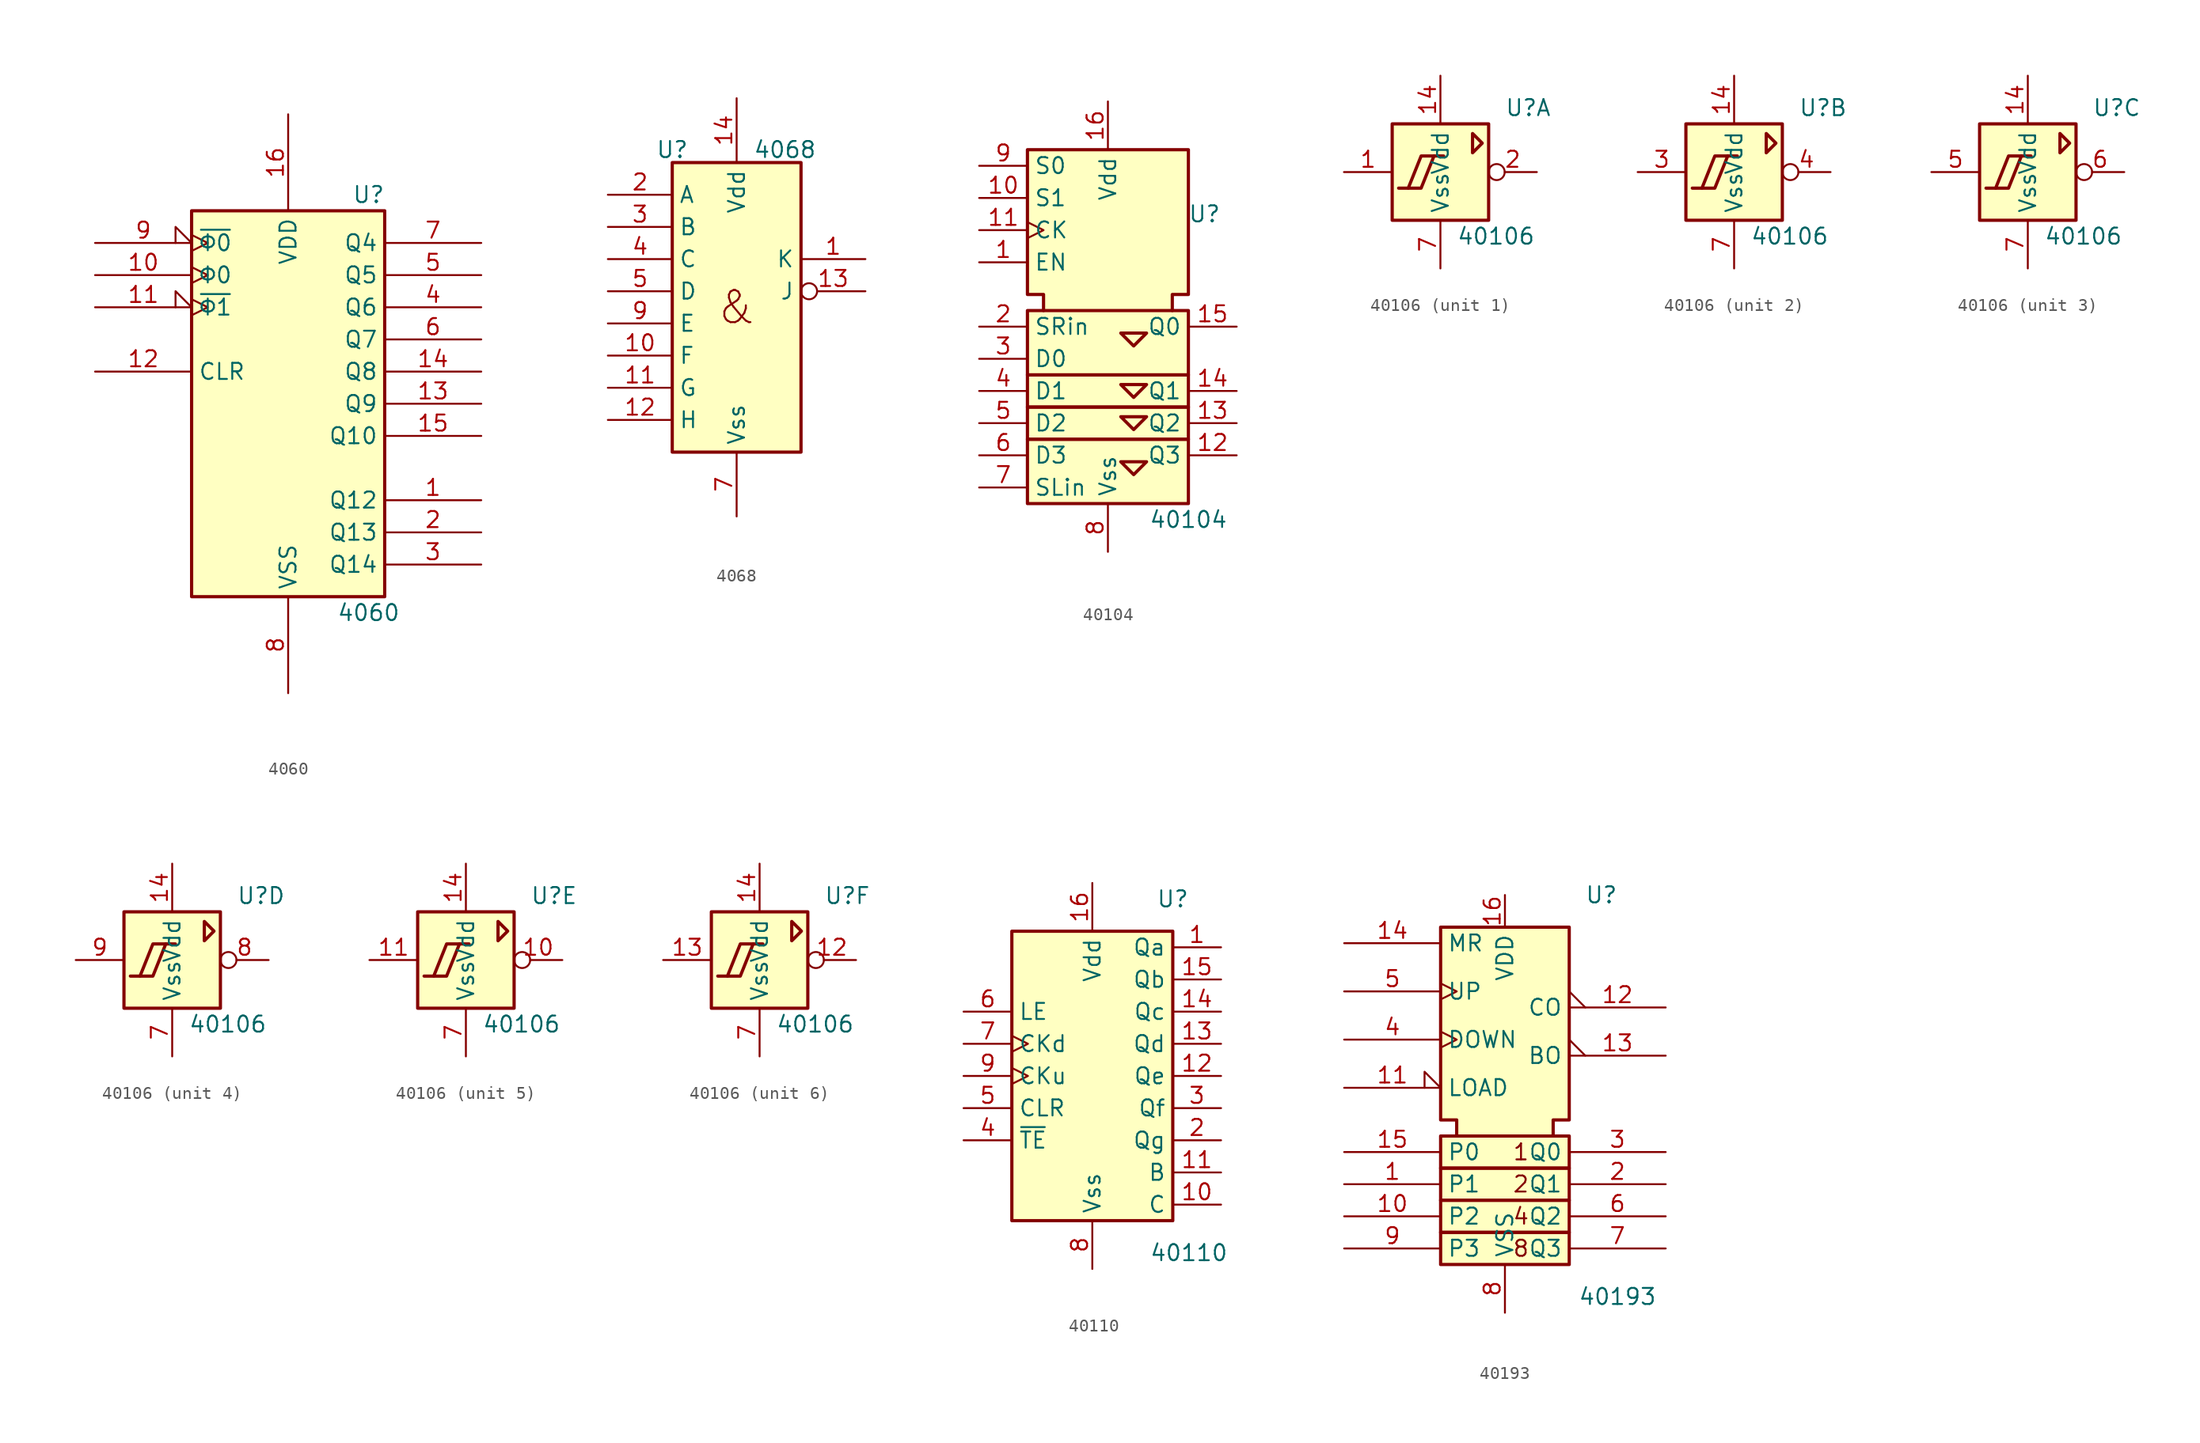
<source format=kicad_sym>
(kicad_symbol_lib
  (version 20241209)
  (generator "kicad_symbol_editor")
  (generator_version "9.0")
  (symbol "4060"
    (property "Reference" "U"
      (at 6.35 16.51 0)
      (effects (font (size 1.27 1.27))))
    (property "Value" "4060"
      (at 6.35 -16.51 0)
      (effects (font (size 1.27 1.27))))
    (symbol "4060_1_0"
      (pin input clock_low (at -15.24 12.7 0) (length 7.62) (name "~{Φ0}" (effects (font (size 1.27 1.27)))) (number "9" (effects (font (size 1.27 1.27)))))
      (pin input clock (at -15.24 10.16 0) (length 7.62) (name "Φ0" (effects (font (size 1.27 1.27)))) (number "10" (effects (font (size 1.27 1.27)))))
      (pin input clock_low (at -15.24 7.62 0) (length 7.62) (name "~{Φ1}" (effects (font (size 1.27 1.27)))) (number "11" (effects (font (size 1.27 1.27)))))
      (pin input line (at -15.24 2.54 0) (length 7.62) (name "CLR" (effects (font (size 1.27 1.27)))) (number "12" (effects (font (size 1.27 1.27)))))
      (pin power_in line (at 0 22.86 270) (length 7.62) (name "VDD" (effects (font (size 1.27 1.27)))) (number "16" (effects (font (size 1.27 1.27)))))
      (pin power_in line (at 0 -22.86 90) (length 7.62) (name "VSS" (effects (font (size 1.27 1.27)))) (number "8" (effects (font (size 1.27 1.27)))))
      (pin output line (at 15.24 12.7 180) (length 7.62) (name "Q4" (effects (font (size 1.27 1.27)))) (number "7" (effects (font (size 1.27 1.27)))))
      (pin output line (at 15.24 10.16 180) (length 7.62) (name "Q5" (effects (font (size 1.27 1.27)))) (number "5" (effects (font (size 1.27 1.27)))))
      (pin output line (at 15.24 7.62 180) (length 7.62) (name "Q6" (effects (font (size 1.27 1.27)))) (number "4" (effects (font (size 1.27 1.27)))))
      (pin output line (at 15.24 5.08 180) (length 7.62) (name "Q7" (effects (font (size 1.27 1.27)))) (number "6" (effects (font (size 1.27 1.27)))))
      (pin output line (at 15.24 2.54 180) (length 7.62) (name "Q8" (effects (font (size 1.27 1.27)))) (number "14" (effects (font (size 1.27 1.27)))))
      (pin output line (at 15.24 0 180) (length 7.62) (name "Q9" (effects (font (size 1.27 1.27)))) (number "13" (effects (font (size 1.27 1.27)))))
      (pin output line (at 15.24 -2.54 180) (length 7.62) (name "Q10" (effects (font (size 1.27 1.27)))) (number "15" (effects (font (size 1.27 1.27)))))
      (pin output line (at 15.24 -7.62 180) (length 7.62) (name "Q12" (effects (font (size 1.27 1.27)))) (number "1" (effects (font (size 1.27 1.27)))))
      (pin output line (at 15.24 -10.16 180) (length 7.62) (name "Q13" (effects (font (size 1.27 1.27)))) (number "2" (effects (font (size 1.27 1.27)))))
      (pin output line (at 15.24 -12.7 180) (length 7.62) (name "Q14" (effects (font (size 1.27 1.27)))) (number "3" (effects (font (size 1.27 1.27))))))
    (symbol "4060_1_1"
      (rectangle (start -7.62 15.24) (end 7.62 -15.24) (stroke (width 0.254) (type default)) (fill (type background)))))
  (symbol "4068"
    (property "Reference" "U"
      (at -5.08 11.176 0)
      (effects (font (size 1.27 1.27))))
    (property "Value" "4068"
      (at 3.81 11.176 0)
      (effects (font (size 1.27 1.27))))
    (symbol "4068_0_0"
      (rectangle (start -5.08 10.16) (end 5.08 -12.7) (stroke (width 0.254) (type default)) (fill (type background)))
      (text "&" (at 0 -1.27 0) (effects (font (size 2.54 2.54)))))
    (symbol "4068_0_1"
      (pin power_in line (at 0 15.24 270) (length 5.08) (name "Vdd" (effects (font (size 1.27 1.27)))) (number "14" (effects (font (size 1.27 1.27)))))
      (pin power_in line (at 0 -17.78 90) (length 5.08) (name "Vss" (effects (font (size 1.27 1.27)))) (number "7" (effects (font (size 1.27 1.27))))))
    (symbol "4068_1_1"
      (pin input line (at -10.16 7.62 0) (length 5.08) (name "A" (effects (font (size 1.27 1.27)))) (number "2" (effects (font (size 1.27 1.27)))))
      (pin input line (at -10.16 5.08 0) (length 5.08) (name "B" (effects (font (size 1.27 1.27)))) (number "3" (effects (font (size 1.27 1.27)))))
      (pin input line (at -10.16 2.54 0) (length 5.08) (name "C" (effects (font (size 1.27 1.27)))) (number "4" (effects (font (size 1.27 1.27)))))
      (pin input line (at -10.16 0 0) (length 5.08) (name "D" (effects (font (size 1.27 1.27)))) (number "5" (effects (font (size 1.27 1.27)))))
      (pin input line (at -10.16 -2.54 0) (length 5.08) (name "E" (effects (font (size 1.27 1.27)))) (number "9" (effects (font (size 1.27 1.27)))))
      (pin input line (at -10.16 -5.08 0) (length 5.08) (name "F" (effects (font (size 1.27 1.27)))) (number "10" (effects (font (size 1.27 1.27)))))
      (pin input line (at -10.16 -7.62 0) (length 5.08) (name "G" (effects (font (size 1.27 1.27)))) (number "11" (effects (font (size 1.27 1.27)))))
      (pin input line (at -10.16 -10.16 0) (length 5.08) (name "H" (effects (font (size 1.27 1.27)))) (number "12" (effects (font (size 1.27 1.27)))))
      (pin no_connect line (at 5.08 -5.08 180) (length 5.08) (hide yes) (name "NC" (effects (font (size 1.27 1.27)))) (number "8" (effects (font (size 1.27 1.27)))))
      (pin no_connect line (at 5.08 -7.62 180) (length 5.08) (hide yes) (name "NC" (effects (font (size 1.27 1.27)))) (number "6" (effects (font (size 1.27 1.27)))))
      (pin output line (at 10.16 2.54 180) (length 5.08) (name "K" (effects (font (size 1.27 1.27)))) (number "1" (effects (font (size 1.27 1.27)))))
      (pin output inverted (at 10.16 0 180) (length 5.08) (name "J" (effects (font (size 1.27 1.27)))) (number "13" (effects (font (size 1.27 1.27)))))))
  (symbol "40104"
    (property "Reference" "U"
      (at 7.62 8.89 0)
      (effects (font (size 1.27 1.27))))
    (property "Value" "40104"
      (at 6.35 -15.24 0)
      (effects (font (size 1.27 1.27))))
    (symbol "40104_0_0"
      (rectangle (start -6.35 -6.35) (end 6.35 -8.89) (stroke (width 0.254) (type default)) (fill (type background)))
      (rectangle (start -6.35 -8.89) (end 6.35 -13.97) (stroke (width 0.254) (type default)) (fill (type background))))
    (symbol "40104_0_1"
      (rectangle (start -6.35 1.27) (end 6.35 -3.81) (stroke (width 0.254) (type default)) (fill (type background)))
      (rectangle (start -6.35 -3.81) (end 6.35 -6.35) (stroke (width 0.254) (type default)) (fill (type background)))
      (polyline (pts (xy -5.08 1.27) (xy -5.08 2.54) (xy -6.35 2.54) (xy -6.35 13.97) (xy 6.35 13.97) (xy 6.35 2.54) (xy 5.08 2.54) (xy 5.08 1.27) (xy 5.08 1.27)) (stroke (width 0.254) (type default)) (fill (type background)))
      (polyline (pts (xy 1.016 -0.508) (xy 2.032 -1.524) (xy 3.048 -0.508) (xy 1.016 -0.508) (xy 1.016 -0.508)) (stroke (width 0.254) (type default)) (fill (type background)))
      (polyline (pts (xy 1.016 -4.572) (xy 2.032 -5.588) (xy 3.048 -4.572) (xy 1.016 -4.572) (xy 1.016 -4.572)) (stroke (width 0.254) (type default)) (fill (type background)))
      (polyline (pts (xy 1.016 -7.112) (xy 2.032 -8.128) (xy 3.048 -7.112) (xy 1.016 -7.112) (xy 1.016 -7.112)) (stroke (width 0.254) (type default)) (fill (type background)))
      (polyline (pts (xy 1.016 -10.668) (xy 3.048 -10.668) (xy 2.032 -11.684) (xy 1.016 -10.668) (xy 1.016 -10.668)) (stroke (width 0.254) (type default)) (fill (type background))))
    (symbol "40104_1_1"
      (pin input line (at -10.16 12.7 0) (length 3.81) (name "S0" (effects (font (size 1.27 1.27)))) (number "9" (effects (font (size 1.27 1.27)))))
      (pin input line (at -10.16 10.16 0) (length 3.81) (name "S1" (effects (font (size 1.27 1.27)))) (number "10" (effects (font (size 1.27 1.27)))))
      (pin input clock (at -10.16 7.62 0) (length 3.81) (name "CK" (effects (font (size 1.27 1.27)))) (number "11" (effects (font (size 1.27 1.27)))))
      (pin input line (at -10.16 5.08 0) (length 3.81) (name "EN" (effects (font (size 1.27 1.27)))) (number "1" (effects (font (size 1.27 1.27)))))
      (pin input line (at -10.16 0 0) (length 3.81) (name "SRin" (effects (font (size 1.27 1.27)))) (number "2" (effects (font (size 1.27 1.27)))))
      (pin input line (at -10.16 -2.54 0) (length 3.81) (name "D0" (effects (font (size 1.27 1.27)))) (number "3" (effects (font (size 1.27 1.27)))))
      (pin input line (at -10.16 -5.08 0) (length 3.81) (name "D1" (effects (font (size 1.27 1.27)))) (number "4" (effects (font (size 1.27 1.27)))))
      (pin input line (at -10.16 -7.62 0) (length 3.81) (name "D2" (effects (font (size 1.27 1.27)))) (number "5" (effects (font (size 1.27 1.27)))))
      (pin input line (at -10.16 -10.16 0) (length 3.81) (name "D3" (effects (font (size 1.27 1.27)))) (number "6" (effects (font (size 1.27 1.27)))))
      (pin input line (at -10.16 -12.7 0) (length 3.81) (name "SLin" (effects (font (size 1.27 1.27)))) (number "7" (effects (font (size 1.27 1.27)))))
      (pin power_in line (at 0 17.78 270) (length 3.81) (name "Vdd" (effects (font (size 1.27 1.27)))) (number "16" (effects (font (size 1.27 1.27)))))
      (pin power_in line (at 0 -17.78 90) (length 3.81) (name "Vss" (effects (font (size 1.27 1.27)))) (number "8" (effects (font (size 1.27 1.27)))))
      (pin output line (at 10.16 0 180) (length 3.81) (name "Q0" (effects (font (size 1.27 1.27)))) (number "15" (effects (font (size 1.27 1.27)))))
      (pin output line (at 10.16 -5.08 180) (length 3.81) (name "Q1" (effects (font (size 1.27 1.27)))) (number "14" (effects (font (size 1.27 1.27)))))
      (pin output line (at 10.16 -7.62 180) (length 3.81) (name "Q2" (effects (font (size 1.27 1.27)))) (number "13" (effects (font (size 1.27 1.27)))))
      (pin output line (at 10.16 -10.16 180) (length 3.81) (name "Q3" (effects (font (size 1.27 1.27)))) (number "12" (effects (font (size 1.27 1.27)))))))
  (symbol "40106"
    (property "Reference" "U"
      (at 5.08 5.08 0)
      (effects (font (size 1.27 1.27)) (justify left)))
    (property "Value" "40106"
      (at 1.27 -5.08 0)
      (effects (font (size 1.27 1.27)) (justify left)))
    (symbol "40106_0_0"
      (rectangle (start -3.81 3.81) (end 3.81 -3.81) (stroke (width 0.254) (type default)) (fill (type background)))
      (polyline (pts (xy -0.508 1.27) (xy -1.524 -1.27) (xy -2.54 -1.27) (xy -2.54 -1.27)) (stroke (width 0.254) (type default)) (fill (type background)))
      (polyline (pts (xy 0.254 1.27) (xy -1.524 1.27) (xy -2.54 -1.27) (xy -3.302 -1.27) (xy -3.302 -1.27)) (stroke (width 0.254) (type default)) (fill (type background)))
      (polyline (pts (xy 2.54 3.048) (xy 2.54 1.524) (xy 3.302 2.286) (xy 2.54 3.048) (xy 2.54 3.048)) (stroke (width 0.254) (type default)) (fill (type background))))
    (symbol "40106_0_1"
      (pin power_in line (at 0 7.62 270) (length 3.81) (name "Vdd" (effects (font (size 1.27 1.27)))) (number "14" (effects (font (size 1.27 1.27)))))
      (pin power_in line (at 0 -7.62 90) (length 3.81) (name "Vss" (effects (font (size 1.27 1.27)))) (number "7" (effects (font (size 1.27 1.27))))))
    (symbol "40106_1_1"
      (pin input line (at -7.62 0 0) (length 3.81) (name "~" (effects (font (size 1.27 1.27)))) (number "1" (effects (font (size 1.27 1.27)))))
      (pin output inverted (at 7.62 0 180) (length 3.81) (name "~" (effects (font (size 1.27 1.27)))) (number "2" (effects (font (size 1.27 1.27))))))
    (symbol "40106_2_1"
      (pin input line (at -7.62 0 0) (length 3.81) (name "~" (effects (font (size 1.27 1.27)))) (number "3" (effects (font (size 1.27 1.27)))))
      (pin output inverted (at 7.62 0 180) (length 3.81) (name "~" (effects (font (size 1.27 1.27)))) (number "4" (effects (font (size 1.27 1.27))))))
    (symbol "40106_3_1"
      (pin input line (at -7.62 0 0) (length 3.81) (name "~" (effects (font (size 1.27 1.27)))) (number "5" (effects (font (size 1.27 1.27)))))
      (pin output inverted (at 7.62 0 180) (length 3.81) (name "~" (effects (font (size 1.27 1.27)))) (number "6" (effects (font (size 1.27 1.27))))))
    (symbol "40106_4_1"
      (pin input line (at -7.62 0 0) (length 3.81) (name "~" (effects (font (size 1.27 1.27)))) (number "9" (effects (font (size 1.27 1.27)))))
      (pin output inverted (at 7.62 0 180) (length 3.81) (name "~" (effects (font (size 1.27 1.27)))) (number "8" (effects (font (size 1.27 1.27))))))
    (symbol "40106_5_1"
      (pin input line (at -7.62 0 0) (length 3.81) (name "~" (effects (font (size 1.27 1.27)))) (number "11" (effects (font (size 1.27 1.27)))))
      (pin output inverted (at 7.62 0 180) (length 3.81) (name "~" (effects (font (size 1.27 1.27)))) (number "10" (effects (font (size 1.27 1.27))))))
    (symbol "40106_6_1"
      (pin input line (at -7.62 0 0) (length 3.81) (name "~" (effects (font (size 1.27 1.27)))) (number "13" (effects (font (size 1.27 1.27)))))
      (pin output inverted (at 7.62 0 180) (length 3.81) (name "~" (effects (font (size 1.27 1.27)))) (number "12" (effects (font (size 1.27 1.27)))))))
  (symbol "40110"
    (property "Reference" "U"
      (at 6.35 13.97 0)
      (effects (font (size 1.27 1.27))))
    (property "Value" "40110"
      (at 7.62 -13.97 0)
      (effects (font (size 1.27 1.27))))
    (symbol "40110_0_1"
      (rectangle (start -6.35 11.43) (end 6.35 -11.43) (stroke (width 0.254) (type default)) (fill (type background))))
    (symbol "40110_1_1"
      (pin input line (at -10.16 5.08 0) (length 3.81) (name "LE" (effects (font (size 1.27 1.27)))) (number "6" (effects (font (size 1.27 1.27)))))
      (pin input clock (at -10.16 2.54 0) (length 3.81) (name "CKd" (effects (font (size 1.27 1.27)))) (number "7" (effects (font (size 1.27 1.27)))))
      (pin input clock (at -10.16 0 0) (length 3.81) (name "CKu" (effects (font (size 1.27 1.27)))) (number "9" (effects (font (size 1.27 1.27)))))
      (pin input line (at -10.16 -2.54 0) (length 3.81) (name "CLR" (effects (font (size 1.27 1.27)))) (number "5" (effects (font (size 1.27 1.27)))))
      (pin input line (at -10.16 -5.08 0) (length 3.81) (name "~{TE}" (effects (font (size 1.27 1.27)))) (number "4" (effects (font (size 1.27 1.27)))))
      (pin power_in line (at 0 15.24 270) (length 3.81) (name "Vdd" (effects (font (size 1.27 1.27)))) (number "16" (effects (font (size 1.27 1.27)))))
      (pin power_in line (at 0 -15.24 90) (length 3.81) (name "Vss" (effects (font (size 1.27 1.27)))) (number "8" (effects (font (size 1.27 1.27)))))
      (pin output line (at 10.16 10.16 180) (length 3.81) (name "Qa" (effects (font (size 1.27 1.27)))) (number "1" (effects (font (size 1.27 1.27)))))
      (pin output line (at 10.16 7.62 180) (length 3.81) (name "Qb" (effects (font (size 1.27 1.27)))) (number "15" (effects (font (size 1.27 1.27)))))
      (pin output line (at 10.16 5.08 180) (length 3.81) (name "Qc" (effects (font (size 1.27 1.27)))) (number "14" (effects (font (size 1.27 1.27)))))
      (pin output line (at 10.16 2.54 180) (length 3.81) (name "Qd" (effects (font (size 1.27 1.27)))) (number "13" (effects (font (size 1.27 1.27)))))
      (pin output line (at 10.16 0 180) (length 3.81) (name "Qe" (effects (font (size 1.27 1.27)))) (number "12" (effects (font (size 1.27 1.27)))))
      (pin output line (at 10.16 -2.54 180) (length 3.81) (name "Qf" (effects (font (size 1.27 1.27)))) (number "3" (effects (font (size 1.27 1.27)))))
      (pin output line (at 10.16 -5.08 180) (length 3.81) (name "Qg" (effects (font (size 1.27 1.27)))) (number "2" (effects (font (size 1.27 1.27)))))
      (pin output line (at 10.16 -7.62 180) (length 3.81) (name "B" (effects (font (size 1.27 1.27)))) (number "11" (effects (font (size 1.27 1.27)))))
      (pin output line (at 10.16 -10.16 180) (length 3.81) (name "C" (effects (font (size 1.27 1.27)))) (number "10" (effects (font (size 1.27 1.27)))))))
  (symbol "40193"
    (property "Reference" "U"
      (at 7.62 12.7 0)
      (effects (font (size 1.27 1.27))))
    (property "Value" "40193"
      (at 8.89 -19.05 0)
      (effects (font (size 1.27 1.27))))
    (symbol "40193_0_0"
      (text "1" (at 1.27 -7.62 0) (effects (font (size 1.27 1.27))))
      (text "2" (at 1.27 -10.16 0) (effects (font (size 1.27 1.27))))
      (text "4" (at 1.27 -12.7 0) (effects (font (size 1.27 1.27))))
      (text "8" (at 1.27 -15.24 0) (effects (font (size 1.27 1.27)))))
    (symbol "40193_0_1"
      (rectangle (start -5.08 -6.35) (end 5.08 -8.89) (stroke (width 0.254) (type default)) (fill (type background)))
      (rectangle (start -5.08 -8.89) (end 5.08 -11.43) (stroke (width 0.254) (type default)) (fill (type background)))
      (rectangle (start -5.08 -11.43) (end 5.08 -13.97) (stroke (width 0.254) (type default)) (fill (type background)))
      (rectangle (start -5.08 -13.97) (end 5.08 -16.51) (stroke (width 0.254) (type default)) (fill (type background)))
      (polyline (pts (xy -3.81 -6.35) (xy -3.81 -5.08) (xy -5.08 -5.08) (xy -5.08 10.16) (xy 5.08 10.16) (xy 5.08 -5.08) (xy 3.81 -5.08) (xy 3.81 -6.35) (xy 3.81 -6.35)) (stroke (width 0.254) (type default)) (fill (type background))))
    (symbol "40193_1_1"
      (pin input line (at -12.7 8.89 0) (length 7.62) (name "MR" (effects (font (size 1.27 1.27)))) (number "14" (effects (font (size 1.27 1.27)))))
      (pin input clock (at -12.7 5.08 0) (length 7.62) (name "UP" (effects (font (size 1.27 1.27)))) (number "5" (effects (font (size 1.27 1.27)))))
      (pin input clock (at -12.7 1.27 0) (length 7.62) (name "DOWN" (effects (font (size 1.27 1.27)))) (number "4" (effects (font (size 1.27 1.27)))))
      (pin input input_low (at -12.7 -2.54 0) (length 7.62) (name "LOAD" (effects (font (size 1.27 1.27)))) (number "11" (effects (font (size 1.27 1.27)))))
      (pin input line (at -12.7 -7.62 0) (length 7.62) (name "P0" (effects (font (size 1.27 1.27)))) (number "15" (effects (font (size 1.27 1.27)))))
      (pin input line (at -12.7 -10.16 0) (length 7.62) (name "P1" (effects (font (size 1.27 1.27)))) (number "1" (effects (font (size 1.27 1.27)))))
      (pin input line (at -12.7 -12.7 0) (length 7.62) (name "P2" (effects (font (size 1.27 1.27)))) (number "10" (effects (font (size 1.27 1.27)))))
      (pin input line (at -12.7 -15.24 0) (length 7.62) (name "P3" (effects (font (size 1.27 1.27)))) (number "9" (effects (font (size 1.27 1.27)))))
      (pin power_in line (at 0 12.7 270) (length 2.54) (name "VDD" (effects (font (size 1.27 1.27)))) (number "16" (effects (font (size 1.27 1.27)))))
      (pin power_in line (at 0 -20.32 90) (length 3.81) (name "VSS" (effects (font (size 1.27 1.27)))) (number "8" (effects (font (size 1.27 1.27)))))
      (pin output output_low (at 12.7 3.81 180) (length 7.62) (name "CO" (effects (font (size 1.27 1.27)))) (number "12" (effects (font (size 1.27 1.27)))))
      (pin output output_low (at 12.7 0 180) (length 7.62) (name "BO" (effects (font (size 1.27 1.27)))) (number "13" (effects (font (size 1.27 1.27)))))
      (pin output line (at 12.7 -7.62 180) (length 7.62) (name "Q0" (effects (font (size 1.27 1.27)))) (number "3" (effects (font (size 1.27 1.27)))))
      (pin output line (at 12.7 -10.16 180) (length 7.62) (name "Q1" (effects (font (size 1.27 1.27)))) (number "2" (effects (font (size 1.27 1.27)))))
      (pin output line (at 12.7 -12.7 180) (length 7.62) (name "Q2" (effects (font (size 1.27 1.27)))) (number "6" (effects (font (size 1.27 1.27)))))
      (pin output line (at 12.7 -15.24 180) (length 7.62) (name "Q3" (effects (font (size 1.27 1.27)))) (number "7" (effects (font (size 1.27 1.27))))))))
</source>
